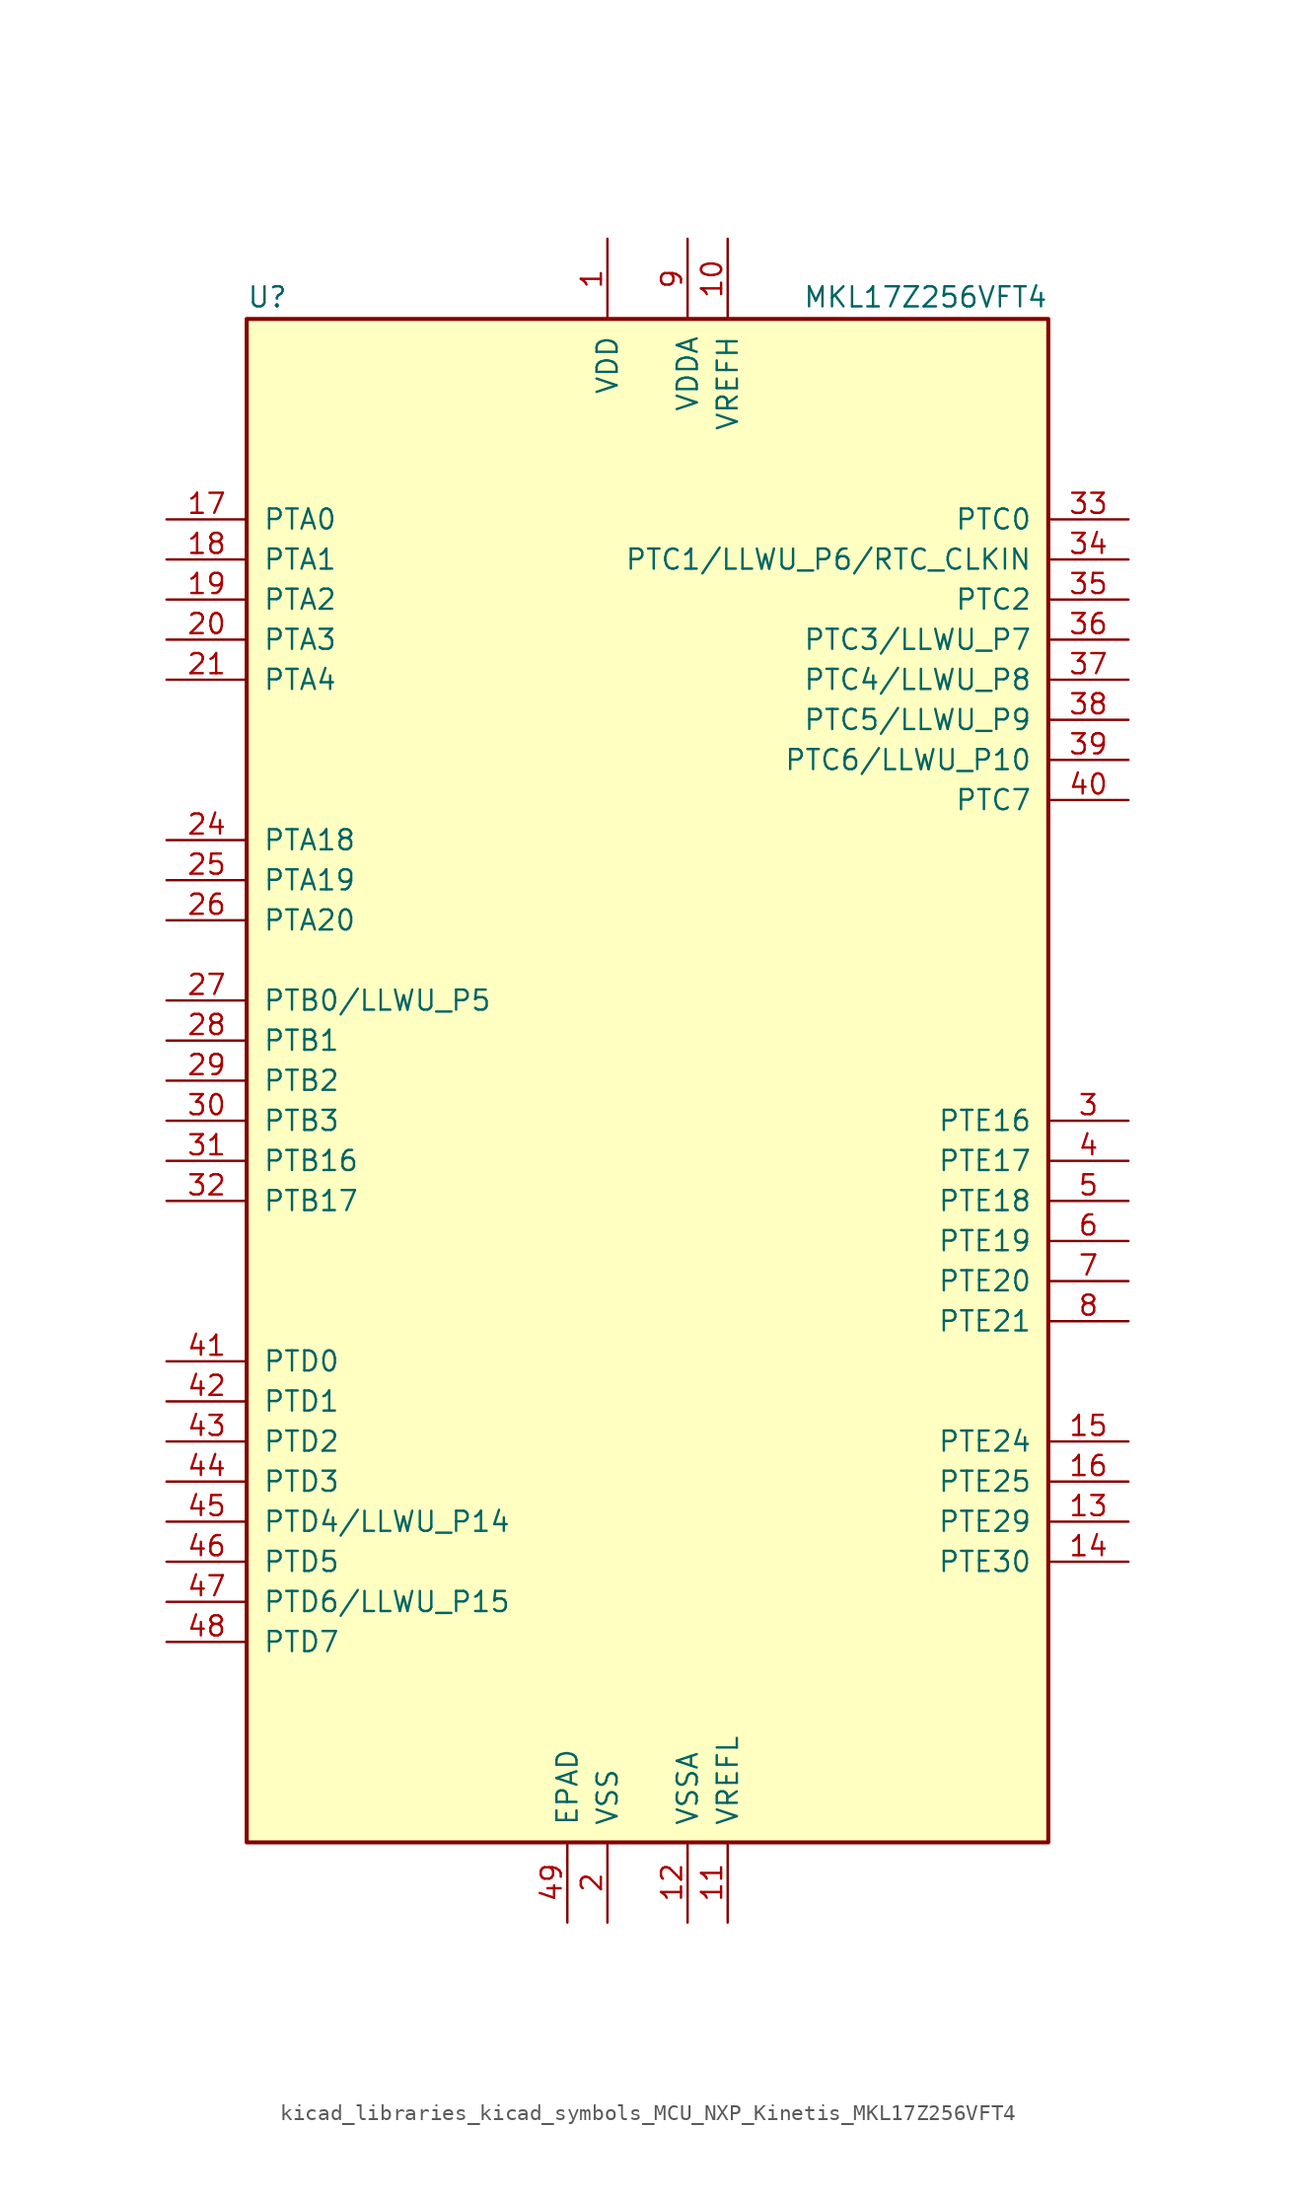
<source format=kicad_sym>
(kicad_symbol_lib
  (version 20220914)
  (generator kicad_symbol_editor)
  (symbol "kicad_libraries_kicad_symbols_MCU_NXP_Kinetis_MKL17Z256VFT4"
    (pin_names
      (offset 1.016))
    (property "Reference" "U"
      (at -25.4 48.895 0)
      (effects (font (size 1.27 1.27)) (justify left bottom)))
    (property "Value" "MKL17Z256VFT4"
      (at 25.4 48.895 0)
      (effects (font (size 1.27 1.27)) (justify right bottom)))
    (symbol "kicad_libraries_kicad_symbols_MCU_NXP_Kinetis_MKL17Z256VFT4_0_1"
      (rectangle (start -25.4 48.26) (end 25.4 -48.26) (stroke (width 0.254) (type default)) (fill (type background))))
    (symbol "kicad_libraries_kicad_symbols_MCU_NXP_Kinetis_MKL17Z256VFT4_1_1"
      (pin power_in line (at -2.54 53.34 270) (length 5.08) (name "VDD" (effects (font (size 1.27 1.27)))) (number "1" (effects (font (size 1.27 1.27)))))
      (pin power_in line (at 5.08 53.34 270) (length 5.08) (name "VREFH" (effects (font (size 1.27 1.27)))) (number "10" (effects (font (size 1.27 1.27)))))
      (pin power_in line (at 5.08 -53.34 90) (length 5.08) (name "VREFL" (effects (font (size 1.27 1.27)))) (number "11" (effects (font (size 1.27 1.27)))))
      (pin power_in line (at 2.54 -53.34 90) (length 5.08) (name "VSSA" (effects (font (size 1.27 1.27)))) (number "12" (effects (font (size 1.27 1.27)))))
      (pin bidirectional line (at 30.48 -27.94 180) (length 5.08) (name "PTE29" (effects (font (size 1.27 1.27)))) (number "13" (effects (font (size 1.27 1.27)))))
      (pin bidirectional line (at 30.48 -30.48 180) (length 5.08) (name "PTE30" (effects (font (size 1.27 1.27)))) (number "14" (effects (font (size 1.27 1.27)))))
      (pin bidirectional line (at 30.48 -22.86 180) (length 5.08) (name "PTE24" (effects (font (size 1.27 1.27)))) (number "15" (effects (font (size 1.27 1.27)))))
      (pin bidirectional line (at 30.48 -25.4 180) (length 5.08) (name "PTE25" (effects (font (size 1.27 1.27)))) (number "16" (effects (font (size 1.27 1.27)))))
      (pin bidirectional line (at -30.48 35.56 0) (length 5.08) (name "PTA0" (effects (font (size 1.27 1.27)))) (number "17" (effects (font (size 1.27 1.27)))))
      (pin bidirectional line (at -30.48 33.02 0) (length 5.08) (name "PTA1" (effects (font (size 1.27 1.27)))) (number "18" (effects (font (size 1.27 1.27)))))
      (pin bidirectional line (at -30.48 30.48 0) (length 5.08) (name "PTA2" (effects (font (size 1.27 1.27)))) (number "19" (effects (font (size 1.27 1.27)))))
      (pin power_in line (at -2.54 -53.34 90) (length 5.08) (name "VSS" (effects (font (size 1.27 1.27)))) (number "2" (effects (font (size 1.27 1.27)))))
      (pin bidirectional line (at -30.48 27.94 0) (length 5.08) (name "PTA3" (effects (font (size 1.27 1.27)))) (number "20" (effects (font (size 1.27 1.27)))))
      (pin bidirectional line (at -30.48 25.4 0) (length 5.08) (name "PTA4" (effects (font (size 1.27 1.27)))) (number "21" (effects (font (size 1.27 1.27)))))
      (pin passive line (at -2.54 53.34 270) (length 5.08) hide (name "VDD" (effects (font (size 1.27 1.27)))) (number "22" (effects (font (size 1.27 1.27)))))
      (pin passive line (at -2.54 -53.34 90) (length 5.08) hide (name "VSS" (effects (font (size 1.27 1.27)))) (number "23" (effects (font (size 1.27 1.27)))))
      (pin bidirectional line (at -30.48 15.24 0) (length 5.08) (name "PTA18" (effects (font (size 1.27 1.27)))) (number "24" (effects (font (size 1.27 1.27)))))
      (pin bidirectional line (at -30.48 12.7 0) (length 5.08) (name "PTA19" (effects (font (size 1.27 1.27)))) (number "25" (effects (font (size 1.27 1.27)))))
      (pin bidirectional line (at -30.48 10.16 0) (length 5.08) (name "PTA20" (effects (font (size 1.27 1.27)))) (number "26" (effects (font (size 1.27 1.27)))))
      (pin bidirectional line (at -30.48 5.08 0) (length 5.08) (name "PTB0/LLWU_P5" (effects (font (size 1.27 1.27)))) (number "27" (effects (font (size 1.27 1.27)))))
      (pin bidirectional line (at -30.48 2.54 0) (length 5.08) (name "PTB1" (effects (font (size 1.27 1.27)))) (number "28" (effects (font (size 1.27 1.27)))))
      (pin bidirectional line (at -30.48 0 0) (length 5.08) (name "PTB2" (effects (font (size 1.27 1.27)))) (number "29" (effects (font (size 1.27 1.27)))))
      (pin bidirectional line (at 30.48 -2.54 180) (length 5.08) (name "PTE16" (effects (font (size 1.27 1.27)))) (number "3" (effects (font (size 1.27 1.27)))))
      (pin bidirectional line (at -30.48 -2.54 0) (length 5.08) (name "PTB3" (effects (font (size 1.27 1.27)))) (number "30" (effects (font (size 1.27 1.27)))))
      (pin bidirectional line (at -30.48 -5.08 0) (length 5.08) (name "PTB16" (effects (font (size 1.27 1.27)))) (number "31" (effects (font (size 1.27 1.27)))))
      (pin bidirectional line (at -30.48 -7.62 0) (length 5.08) (name "PTB17" (effects (font (size 1.27 1.27)))) (number "32" (effects (font (size 1.27 1.27)))))
      (pin bidirectional line (at 30.48 35.56 180) (length 5.08) (name "PTC0" (effects (font (size 1.27 1.27)))) (number "33" (effects (font (size 1.27 1.27)))))
      (pin bidirectional line (at 30.48 33.02 180) (length 5.08) (name "PTC1/LLWU_P6/RTC_CLKIN" (effects (font (size 1.27 1.27)))) (number "34" (effects (font (size 1.27 1.27)))))
      (pin bidirectional line (at 30.48 30.48 180) (length 5.08) (name "PTC2" (effects (font (size 1.27 1.27)))) (number "35" (effects (font (size 1.27 1.27)))))
      (pin bidirectional line (at 30.48 27.94 180) (length 5.08) (name "PTC3/LLWU_P7" (effects (font (size 1.27 1.27)))) (number "36" (effects (font (size 1.27 1.27)))))
      (pin bidirectional line (at 30.48 25.4 180) (length 5.08) (name "PTC4/LLWU_P8" (effects (font (size 1.27 1.27)))) (number "37" (effects (font (size 1.27 1.27)))))
      (pin bidirectional line (at 30.48 22.86 180) (length 5.08) (name "PTC5/LLWU_P9" (effects (font (size 1.27 1.27)))) (number "38" (effects (font (size 1.27 1.27)))))
      (pin bidirectional line (at 30.48 20.32 180) (length 5.08) (name "PTC6/LLWU_P10" (effects (font (size 1.27 1.27)))) (number "39" (effects (font (size 1.27 1.27)))))
      (pin bidirectional line (at 30.48 -5.08 180) (length 5.08) (name "PTE17" (effects (font (size 1.27 1.27)))) (number "4" (effects (font (size 1.27 1.27)))))
      (pin bidirectional line (at 30.48 17.78 180) (length 5.08) (name "PTC7" (effects (font (size 1.27 1.27)))) (number "40" (effects (font (size 1.27 1.27)))))
      (pin bidirectional line (at -30.48 -17.78 0) (length 5.08) (name "PTD0" (effects (font (size 1.27 1.27)))) (number "41" (effects (font (size 1.27 1.27)))))
      (pin bidirectional line (at -30.48 -20.32 0) (length 5.08) (name "PTD1" (effects (font (size 1.27 1.27)))) (number "42" (effects (font (size 1.27 1.27)))))
      (pin bidirectional line (at -30.48 -22.86 0) (length 5.08) (name "PTD2" (effects (font (size 1.27 1.27)))) (number "43" (effects (font (size 1.27 1.27)))))
      (pin bidirectional line (at -30.48 -25.4 0) (length 5.08) (name "PTD3" (effects (font (size 1.27 1.27)))) (number "44" (effects (font (size 1.27 1.27)))))
      (pin bidirectional line (at -30.48 -27.94 0) (length 5.08) (name "PTD4/LLWU_P14" (effects (font (size 1.27 1.27)))) (number "45" (effects (font (size 1.27 1.27)))))
      (pin bidirectional line (at -30.48 -30.48 0) (length 5.08) (name "PTD5" (effects (font (size 1.27 1.27)))) (number "46" (effects (font (size 1.27 1.27)))))
      (pin bidirectional line (at -30.48 -33.02 0) (length 5.08) (name "PTD6/LLWU_P15" (effects (font (size 1.27 1.27)))) (number "47" (effects (font (size 1.27 1.27)))))
      (pin bidirectional line (at -30.48 -35.56 0) (length 5.08) (name "PTD7" (effects (font (size 1.27 1.27)))) (number "48" (effects (font (size 1.27 1.27)))))
      (pin power_in line (at -5.08 -53.34 90) (length 5.08) (name "EPAD" (effects (font (size 1.27 1.27)))) (number "49" (effects (font (size 1.27 1.27)))))
      (pin bidirectional line (at 30.48 -7.62 180) (length 5.08) (name "PTE18" (effects (font (size 1.27 1.27)))) (number "5" (effects (font (size 1.27 1.27)))))
      (pin bidirectional line (at 30.48 -10.16 180) (length 5.08) (name "PTE19" (effects (font (size 1.27 1.27)))) (number "6" (effects (font (size 1.27 1.27)))))
      (pin bidirectional line (at 30.48 -12.7 180) (length 5.08) (name "PTE20" (effects (font (size 1.27 1.27)))) (number "7" (effects (font (size 1.27 1.27)))))
      (pin bidirectional line (at 30.48 -15.24 180) (length 5.08) (name "PTE21" (effects (font (size 1.27 1.27)))) (number "8" (effects (font (size 1.27 1.27)))))
      (pin power_in line (at 2.54 53.34 270) (length 5.08) (name "VDDA" (effects (font (size 1.27 1.27)))) (number "9" (effects (font (size 1.27 1.27))))))))
</source>
